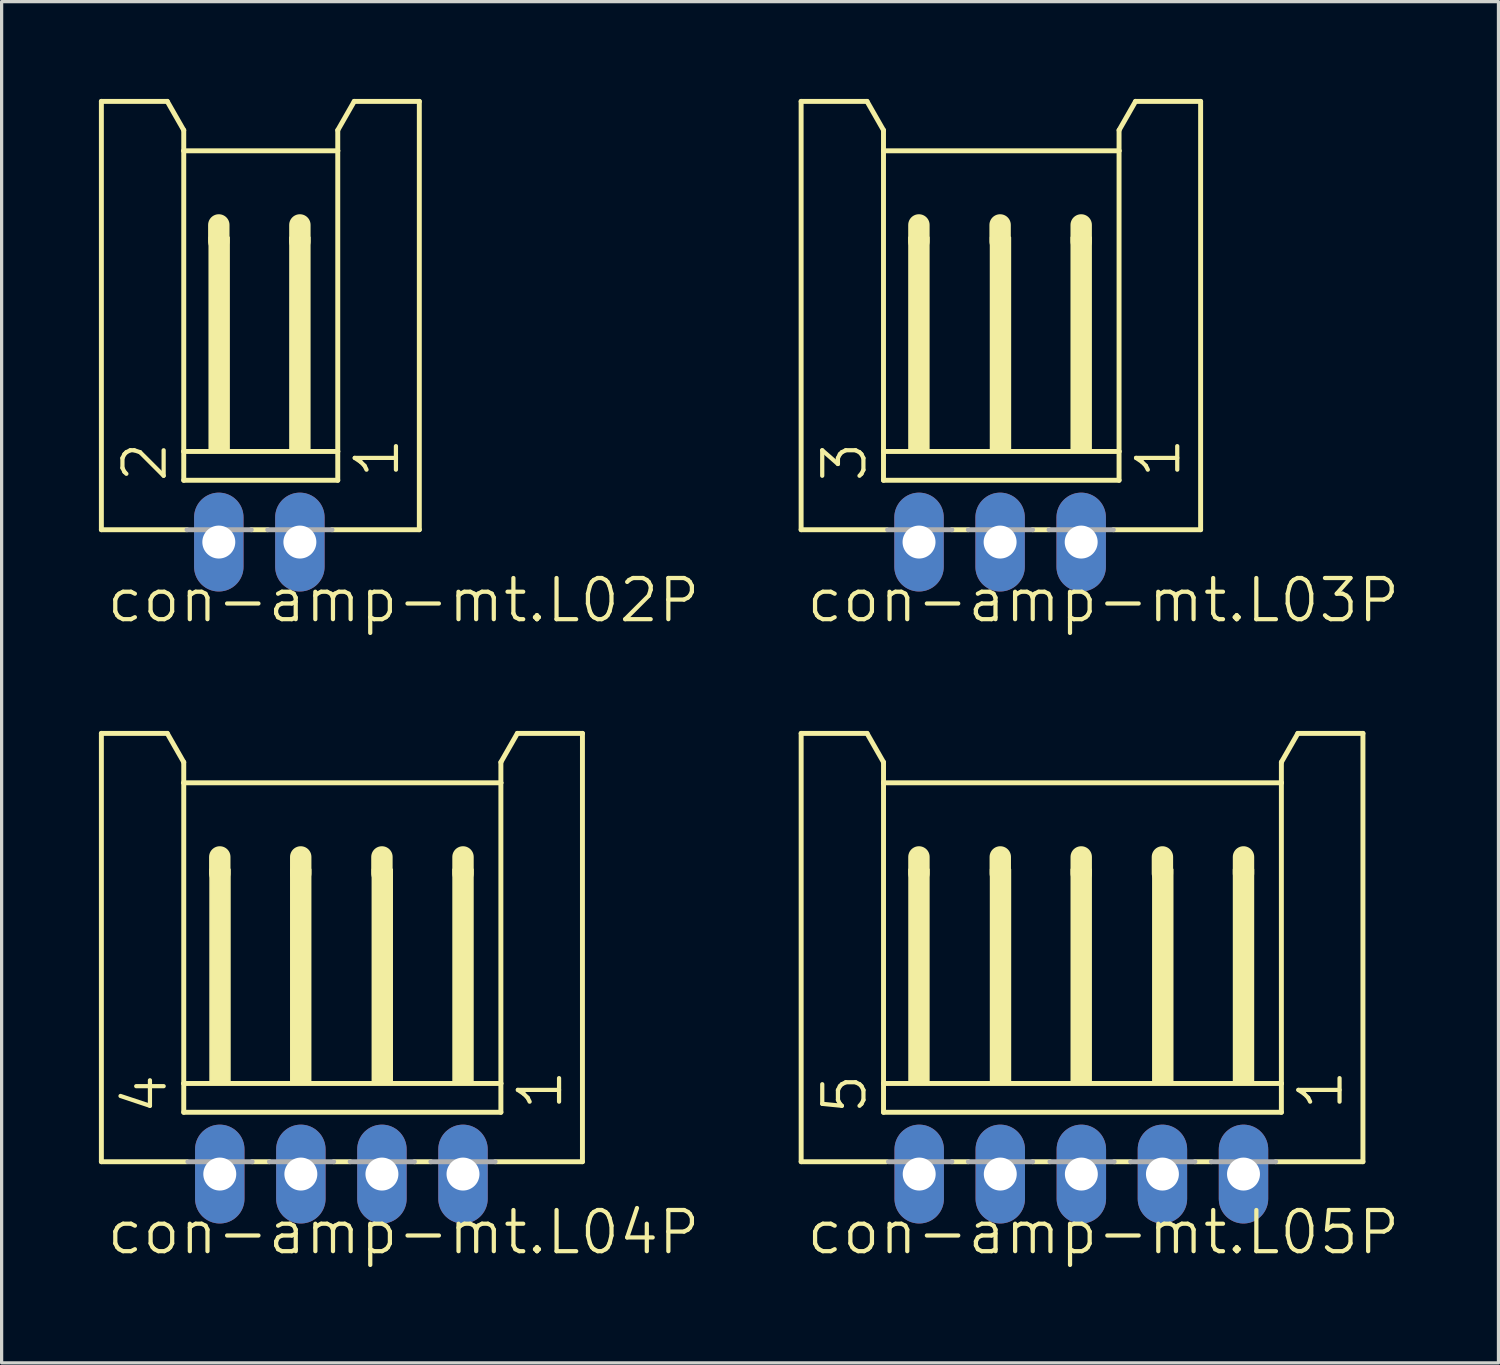
<source format=kicad_pcb>
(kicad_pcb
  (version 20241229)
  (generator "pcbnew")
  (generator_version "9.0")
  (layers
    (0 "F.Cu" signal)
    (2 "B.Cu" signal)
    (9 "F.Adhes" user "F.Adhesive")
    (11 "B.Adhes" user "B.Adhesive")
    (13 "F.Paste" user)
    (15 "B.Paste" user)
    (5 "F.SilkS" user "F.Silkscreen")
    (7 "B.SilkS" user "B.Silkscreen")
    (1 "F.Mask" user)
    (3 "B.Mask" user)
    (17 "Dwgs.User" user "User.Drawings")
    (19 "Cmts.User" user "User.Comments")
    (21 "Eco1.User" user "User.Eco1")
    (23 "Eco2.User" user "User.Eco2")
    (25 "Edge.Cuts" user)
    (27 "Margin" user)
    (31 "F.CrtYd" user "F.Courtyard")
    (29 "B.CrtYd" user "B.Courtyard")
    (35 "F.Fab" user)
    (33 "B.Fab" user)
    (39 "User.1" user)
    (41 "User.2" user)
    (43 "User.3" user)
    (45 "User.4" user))
  (footprint "con-amp-mt.L05P"
    (layer "F.Cu")
    (at 30.294 26.903)
    (property "Reference" "con-amp-mt.L05P" (at -8.538 8.79 0) (layer "F.SilkS") (effects (font (size 1.27 1.27) (thickness 0.13)) (justify left bottom)))
    (attr through_hole)
    (fp_line (start -8.64 -7.339) (end -6.608 -7.339) (stroke (width 0.152) (type default)) (layer "F.SilkS"))
    (fp_line (start -8.64 5.869) (end -8.64 -7.339) (stroke (width 0.152) (type default)) (layer "F.SilkS"))
    (fp_line (start -6.608 -7.339) (end -6.1 -6.45) (stroke (width 0.152) (type default)) (layer "F.SilkS"))
    (fp_line (start -6.1 -6.45) (end -6.1 -5.815) (stroke (width 0.152) (type default)) (layer "F.SilkS"))
    (fp_line (start -6.1 -5.815) (end -6.1 3.456) (stroke (width 0.152) (type default)) (layer "F.SilkS"))
    (fp_line (start -6.1 3.456) (end -6.1 4.345) (stroke (width 0.152) (type default)) (layer "F.SilkS"))
    (fp_line (start -5.998 5.869) (end -8.64 5.869) (stroke (width 0.152) (type default)) (layer "F.SilkS"))
    (fp_line (start -5.008 -3.529) (end -5.008 -3.021) (stroke (width 0.66) (type default)) (layer "F.SilkS"))
    (fp_line (start -3.484 5.869) (end -3.992 5.869) (stroke (width 0.152) (type default)) (layer "F.SilkS"))
    (fp_line (start -2.5 -3.529) (end -2.5 -3.021) (stroke (width 0.66) (type default)) (layer "F.SilkS"))
    (fp_line (start -0.969 5.869) (end -1.502 5.869) (stroke (width 0.152) (type default)) (layer "F.SilkS"))
    (fp_line (start -0.004 -3.529) (end -0.004 -3.021) (stroke (width 0.66) (type default)) (layer "F.SilkS"))
    (fp_line (start 1.52 5.869) (end 1.012 5.869) (stroke (width 0.152) (type default)) (layer "F.SilkS"))
    (fp_line (start 2.5 -3.529) (end 2.5 -3.021) (stroke (width 0.66) (type default)) (layer "F.SilkS"))
    (fp_line (start 4.009 5.869) (end 3.501 5.869) (stroke (width 0.152) (type default)) (layer "F.SilkS"))
    (fp_line (start 5 -3.529) (end 5 -3.021) (stroke (width 0.66) (type default)) (layer "F.SilkS"))
    (fp_line (start 6.168 -6.45) (end 6.168 -5.815) (stroke (width 0.152) (type default)) (layer "F.SilkS"))
    (fp_line (start 6.168 -6.45) (end 6.676 -7.339) (stroke (width 0.152) (type default)) (layer "F.SilkS"))
    (fp_line (start 6.168 -5.815) (end -6.1 -5.815) (stroke (width 0.152) (type default)) (layer "F.SilkS"))
    (fp_line (start 6.168 -5.815) (end 6.168 3.456) (stroke (width 0.152) (type default)) (layer "F.SilkS"))
    (fp_line (start 6.168 3.456) (end -6.1 3.456) (stroke (width 0.152) (type default)) (layer "F.SilkS"))
    (fp_line (start 6.168 3.456) (end 6.168 4.345) (stroke (width 0.152) (type default)) (layer "F.SilkS"))
    (fp_line (start 6.168 4.345) (end -6.1 4.345) (stroke (width 0.152) (type default)) (layer "F.SilkS"))
    (fp_line (start 8.683 -7.339) (end 6.676 -7.339) (stroke (width 0.152) (type default)) (layer "F.SilkS"))
    (fp_line (start 8.683 5.869) (end 5.991 5.869) (stroke (width 0.152) (type default)) (layer "F.SilkS"))
    (fp_line (start 8.683 5.869) (end 8.683 -7.339) (stroke (width 0.152) (type default)) (layer "F.SilkS"))
    (fp_rect (start -5.312 3.456) (end -4.703 -3.148) (stroke (width 0.05) (type default)) (fill yes) (layer "F.SilkS"))
    (fp_rect (start -2.798 3.456) (end -2.188 -3.148) (stroke (width 0.05) (type default)) (fill yes) (layer "F.SilkS"))
    (fp_rect (start -0.309 3.456) (end 0.301 -3.148) (stroke (width 0.05) (type default)) (fill yes) (layer "F.SilkS"))
    (fp_rect (start 2.206 3.456) (end 2.816 -3.148) (stroke (width 0.05) (type default)) (fill yes) (layer "F.SilkS"))
    (fp_rect (start 4.695 3.456) (end 5.305 -3.148) (stroke (width 0.05) (type default)) (fill yes) (layer "F.SilkS"))
    (fp_line (start -5.947 5.869) (end -3.992 5.869) (stroke (width 0.152) (type default)) (layer "F.Fab"))
    (fp_line (start -3.484 5.869) (end -1.502 5.869) (stroke (width 0.152) (type default)) (layer "F.Fab"))
    (fp_line (start -0.969 5.869) (end 1.012 5.869) (stroke (width 0.152) (type default)) (layer "F.Fab"))
    (fp_line (start 1.52 5.869) (end 3.501 5.869) (stroke (width 0.152) (type default)) (layer "F.Fab"))
    (fp_line (start 4.009 5.869) (end 5.991 5.869) (stroke (width 0.152) (type default)) (layer "F.Fab"))
    (fp_rect (start -5.312 6.504) (end -4.703 5.869) (stroke (width 0.05) (type default)) (fill no) (layer "F.Fab"))
    (fp_rect (start -2.798 6.504) (end -2.188 5.869) (stroke (width 0.05) (type default)) (fill no) (layer "F.Fab"))
    (fp_rect (start -0.309 6.504) (end 0.301 5.869) (stroke (width 0.05) (type default)) (fill no) (layer "F.Fab"))
    (fp_rect (start 2.206 6.504) (end 2.816 5.869) (stroke (width 0.05) (type default)) (fill no) (layer "F.Fab"))
    (fp_rect (start 4.695 6.504) (end 5.305 5.869) (stroke (width 0.05) (type default)) (fill no) (layer "F.Fab"))
    (fp_text user "5" (at -6.557 4.472 90) (layer "F.SilkS") (effects (font (size 1.27 1.27) (thickness 0.13)) (justify left bottom)))
    (fp_text user "1" (at 8.124 4.345 90) (layer "F.SilkS") (effects (font (size 1.27 1.27) (thickness 0.13)) (justify left bottom)))
    (pad "1" thru_hole oval (at 5 6.25 90) (size 3.048 1.524) (drill 1.016) (layers "*.Cu" "*.Mask"))
    (pad "2" thru_hole oval (at 2.5 6.25 90) (size 3.048 1.524) (drill 1.016) (layers "*.Cu" "*.Mask"))
    (pad "3" thru_hole oval (at 0 6.25 90) (size 3.048 1.524) (drill 1.016) (layers "*.Cu" "*.Mask"))
    (pad "4" thru_hole oval (at -2.5 6.25 90) (size 3.048 1.524) (drill 1.016) (layers "*.Cu" "*.Mask"))
    (pad "5" thru_hole oval (at -5 6.25 90) (size 3.048 1.524) (drill 1.016) (layers "*.Cu" "*.Mask")))
  (footprint "con-amp-mt.L03P"
    (layer "F.Cu")
    (at 27.789 7.415)
    (property "Reference" "con-amp-mt.L03P" (at -6.034 8.79 0) (layer "F.SilkS") (effects (font (size 1.27 1.27) (thickness 0.13)) (justify left bottom)))
    (attr through_hole)
    (fp_line (start -6.136 -7.339) (end -4.104 -7.339) (stroke (width 0.152) (type default)) (layer "F.SilkS"))
    (fp_line (start -6.136 5.869) (end -6.136 -7.339) (stroke (width 0.152) (type default)) (layer "F.SilkS"))
    (fp_line (start -4.104 -7.339) (end -3.596 -6.45) (stroke (width 0.152) (type default)) (layer "F.SilkS"))
    (fp_line (start -3.596 -6.45) (end -3.596 -5.815) (stroke (width 0.152) (type default)) (layer "F.SilkS"))
    (fp_line (start -3.596 -5.815) (end -3.596 3.456) (stroke (width 0.152) (type default)) (layer "F.SilkS"))
    (fp_line (start -3.596 3.456) (end -3.596 4.345) (stroke (width 0.152) (type default)) (layer "F.SilkS"))
    (fp_line (start -3.494 5.869) (end -6.136 5.869) (stroke (width 0.152) (type default)) (layer "F.SilkS"))
    (fp_line (start -2.504 -3.529) (end -2.504 -3.021) (stroke (width 0.66) (type default)) (layer "F.SilkS"))
    (fp_line (start -0.98 5.869) (end -1.488 5.869) (stroke (width 0.152) (type default)) (layer "F.SilkS"))
    (fp_line (start 0 -3.529) (end 0 -3.021) (stroke (width 0.66) (type default)) (layer "F.SilkS"))
    (fp_line (start 1.509 5.869) (end 1.001 5.869) (stroke (width 0.152) (type default)) (layer "F.SilkS"))
    (fp_line (start 2.5 -3.529) (end 2.5 -3.021) (stroke (width 0.66) (type default)) (layer "F.SilkS"))
    (fp_line (start 3.668 -6.45) (end 3.668 -5.815) (stroke (width 0.152) (type default)) (layer "F.SilkS"))
    (fp_line (start 3.668 -6.45) (end 4.176 -7.339) (stroke (width 0.152) (type default)) (layer "F.SilkS"))
    (fp_line (start 3.668 -5.815) (end -3.596 -5.815) (stroke (width 0.152) (type default)) (layer "F.SilkS"))
    (fp_line (start 3.668 -5.815) (end 3.668 3.456) (stroke (width 0.152) (type default)) (layer "F.SilkS"))
    (fp_line (start 3.668 3.456) (end -3.596 3.456) (stroke (width 0.152) (type default)) (layer "F.SilkS"))
    (fp_line (start 3.668 3.456) (end 3.668 4.345) (stroke (width 0.152) (type default)) (layer "F.SilkS"))
    (fp_line (start 3.668 4.345) (end -3.596 4.345) (stroke (width 0.152) (type default)) (layer "F.SilkS"))
    (fp_line (start 6.183 -7.339) (end 4.176 -7.339) (stroke (width 0.152) (type default)) (layer "F.SilkS"))
    (fp_line (start 6.183 5.869) (end 3.491 5.869) (stroke (width 0.152) (type default)) (layer "F.SilkS"))
    (fp_line (start 6.183 5.869) (end 6.183 -7.339) (stroke (width 0.152) (type default)) (layer "F.SilkS"))
    (fp_rect (start -2.809 3.456) (end -2.199 -3.148) (stroke (width 0.05) (type default)) (fill yes) (layer "F.SilkS"))
    (fp_rect (start -0.294 3.456) (end 0.316 -3.148) (stroke (width 0.05) (type default)) (fill yes) (layer "F.SilkS"))
    (fp_rect (start 2.195 3.456) (end 2.805 -3.148) (stroke (width 0.05) (type default)) (fill yes) (layer "F.SilkS"))
    (fp_line (start -3.469 5.869) (end -1.488 5.869) (stroke (width 0.152) (type default)) (layer "F.Fab"))
    (fp_line (start -0.98 5.869) (end 1.001 5.869) (stroke (width 0.152) (type default)) (layer "F.Fab"))
    (fp_line (start 1.509 5.869) (end 3.491 5.869) (stroke (width 0.152) (type default)) (layer "F.Fab"))
    (fp_rect (start -2.809 6.504) (end -2.199 5.869) (stroke (width 0.05) (type default)) (fill no) (layer "F.Fab"))
    (fp_rect (start -0.294 6.504) (end 0.316 5.869) (stroke (width 0.05) (type default)) (fill no) (layer "F.Fab"))
    (fp_rect (start 2.195 6.504) (end 2.805 5.869) (stroke (width 0.05) (type default)) (fill no) (layer "F.Fab"))
    (fp_text user "3" (at -4.053 4.472 90) (layer "F.SilkS") (effects (font (size 1.27 1.27) (thickness 0.13)) (justify left bottom)))
    (fp_text user "1" (at 5.624 4.345 90) (layer "F.SilkS") (effects (font (size 1.27 1.27) (thickness 0.13)) (justify left bottom)))
    (pad "1" thru_hole oval (at 2.5 6.25 90) (size 3.048 1.524) (drill 1.016) (layers "*.Cu" "*.Mask"))
    (pad "2" thru_hole oval (at 0 6.25 90) (size 3.048 1.524) (drill 1.016) (layers "*.Cu" "*.Mask"))
    (pad "3" thru_hole oval (at -2.5 6.25 90) (size 3.048 1.524) (drill 1.016) (layers "*.Cu" "*.Mask")))
  (footprint "con-amp-mt.L02P"
    (layer "F.Cu")
    (at 4.947 7.415)
    (property "Reference" "con-amp-mt.L02P" (at -4.77 8.79 0) (layer "F.SilkS") (effects (font (size 1.27 1.27) (thickness 0.13)) (justify left bottom)))
    (attr through_hole)
    (fp_line (start -4.871 -7.339) (end -2.839 -7.339) (stroke (width 0.152) (type default)) (layer "F.SilkS"))
    (fp_line (start -4.871 5.869) (end -4.871 -7.339) (stroke (width 0.152) (type default)) (layer "F.SilkS"))
    (fp_line (start -2.839 -7.339) (end -2.331 -6.45) (stroke (width 0.152) (type default)) (layer "F.SilkS"))
    (fp_line (start -2.331 -6.45) (end -2.331 -5.815) (stroke (width 0.152) (type default)) (layer "F.SilkS"))
    (fp_line (start -2.331 -5.815) (end -2.331 3.456) (stroke (width 0.152) (type default)) (layer "F.SilkS"))
    (fp_line (start -2.331 3.456) (end -2.331 4.345) (stroke (width 0.152) (type default)) (layer "F.SilkS"))
    (fp_line (start -2.23 5.869) (end -4.871 5.869) (stroke (width 0.152) (type default)) (layer "F.SilkS"))
    (fp_line (start -1.25 -3.529) (end -1.25 -3.021) (stroke (width 0.66) (type default)) (layer "F.SilkS"))
    (fp_line (start 0.259 5.869) (end -0.249 5.869) (stroke (width 0.152) (type default)) (layer "F.SilkS"))
    (fp_line (start 1.25 -3.529) (end 1.25 -3.021) (stroke (width 0.66) (type default)) (layer "F.SilkS"))
    (fp_line (start 2.418 -6.45) (end 2.418 -5.815) (stroke (width 0.152) (type default)) (layer "F.SilkS"))
    (fp_line (start 2.418 -6.45) (end 2.926 -7.339) (stroke (width 0.152) (type default)) (layer "F.SilkS"))
    (fp_line (start 2.418 -5.815) (end -2.331 -5.815) (stroke (width 0.152) (type default)) (layer "F.SilkS"))
    (fp_line (start 2.418 -5.815) (end 2.418 3.456) (stroke (width 0.152) (type default)) (layer "F.SilkS"))
    (fp_line (start 2.418 3.456) (end -2.331 3.456) (stroke (width 0.152) (type default)) (layer "F.SilkS"))
    (fp_line (start 2.418 3.456) (end 2.418 4.345) (stroke (width 0.152) (type default)) (layer "F.SilkS"))
    (fp_line (start 2.418 4.345) (end -2.331 4.345) (stroke (width 0.152) (type default)) (layer "F.SilkS"))
    (fp_line (start 4.933 -7.339) (end 2.926 -7.339) (stroke (width 0.152) (type default)) (layer "F.SilkS"))
    (fp_line (start 4.933 5.869) (end 2.241 5.869) (stroke (width 0.152) (type default)) (layer "F.SilkS"))
    (fp_line (start 4.933 5.869) (end 4.933 -7.339) (stroke (width 0.152) (type default)) (layer "F.SilkS"))
    (fp_rect (start -1.544 3.456) (end -0.934 -3.148) (stroke (width 0.05) (type default)) (fill yes) (layer "F.SilkS"))
    (fp_rect (start 0.945 3.456) (end 1.555 -3.148) (stroke (width 0.05) (type default)) (fill yes) (layer "F.SilkS"))
    (fp_line (start -2.23 5.869) (end -0.249 5.869) (stroke (width 0.152) (type default)) (layer "F.Fab"))
    (fp_line (start 0.259 5.869) (end 2.241 5.869) (stroke (width 0.152) (type default)) (layer "F.Fab"))
    (fp_rect (start -1.544 6.504) (end -0.934 5.869) (stroke (width 0.05) (type default)) (fill no) (layer "F.Fab"))
    (fp_rect (start 0.945 6.504) (end 1.555 5.869) (stroke (width 0.05) (type default)) (fill no) (layer "F.Fab"))
    (fp_text user "2" (at -2.789 4.472 90) (layer "F.SilkS") (effects (font (size 1.27 1.27) (thickness 0.13)) (justify left bottom)))
    (fp_text user "1" (at 4.374 4.345 90) (layer "F.SilkS") (effects (font (size 1.27 1.27) (thickness 0.13)) (justify left bottom)))
    (pad "1" thru_hole oval (at 1.25 6.25 90) (size 3.048 1.524) (drill 1.016) (layers "*.Cu" "*.Mask"))
    (pad "2" thru_hole oval (at -1.25 6.25 90) (size 3.048 1.524) (drill 1.016) (layers "*.Cu" "*.Mask")))
  (footprint "con-amp-mt.L04P"
    (layer "F.Cu")
    (at 7.477 26.903)
    (property "Reference" "con-amp-mt.L04P" (at -7.299 8.79 0) (layer "F.SilkS") (effects (font (size 1.27 1.27) (thickness 0.13)) (justify left bottom)))
    (attr through_hole)
    (fp_line (start -7.401 -7.339) (end -5.369 -7.339) (stroke (width 0.152) (type default)) (layer "F.SilkS"))
    (fp_line (start -7.401 5.869) (end -7.401 -7.339) (stroke (width 0.152) (type default)) (layer "F.SilkS"))
    (fp_line (start -5.369 -7.339) (end -4.861 -6.45) (stroke (width 0.152) (type default)) (layer "F.SilkS"))
    (fp_line (start -4.861 -6.45) (end -4.861 -5.815) (stroke (width 0.152) (type default)) (layer "F.SilkS"))
    (fp_line (start -4.861 -5.815) (end -4.861 3.456) (stroke (width 0.152) (type default)) (layer "F.SilkS"))
    (fp_line (start -4.861 3.456) (end -4.861 4.345) (stroke (width 0.152) (type default)) (layer "F.SilkS"))
    (fp_line (start -4.759 5.869) (end -7.401 5.869) (stroke (width 0.152) (type default)) (layer "F.SilkS"))
    (fp_line (start -3.75 -3.529) (end -3.75 -3.021) (stroke (width 0.66) (type default)) (layer "F.SilkS"))
    (fp_line (start -2.219 5.869) (end -2.752 5.869) (stroke (width 0.152) (type default)) (layer "F.SilkS"))
    (fp_line (start -1.254 -3.529) (end -1.254 -3.021) (stroke (width 0.66) (type default)) (layer "F.SilkS"))
    (fp_line (start 0.27 5.869) (end -0.238 5.869) (stroke (width 0.152) (type default)) (layer "F.SilkS"))
    (fp_line (start 1.25 -3.529) (end 1.25 -3.021) (stroke (width 0.66) (type default)) (layer "F.SilkS"))
    (fp_line (start 2.759 5.869) (end 2.251 5.869) (stroke (width 0.152) (type default)) (layer "F.SilkS"))
    (fp_line (start 3.75 -3.529) (end 3.75 -3.021) (stroke (width 0.66) (type default)) (layer "F.SilkS"))
    (fp_line (start 4.918 -6.45) (end 4.918 -5.815) (stroke (width 0.152) (type default)) (layer "F.SilkS"))
    (fp_line (start 4.918 -6.45) (end 5.426 -7.339) (stroke (width 0.152) (type default)) (layer "F.SilkS"))
    (fp_line (start 4.918 -5.815) (end -4.861 -5.815) (stroke (width 0.152) (type default)) (layer "F.SilkS"))
    (fp_line (start 4.918 -5.815) (end 4.918 3.456) (stroke (width 0.152) (type default)) (layer "F.SilkS"))
    (fp_line (start 4.918 3.456) (end -4.861 3.456) (stroke (width 0.152) (type default)) (layer "F.SilkS"))
    (fp_line (start 4.918 3.456) (end 4.918 4.345) (stroke (width 0.152) (type default)) (layer "F.SilkS"))
    (fp_line (start 4.918 4.345) (end -4.861 4.345) (stroke (width 0.152) (type default)) (layer "F.SilkS"))
    (fp_line (start 7.433 -7.339) (end 5.426 -7.339) (stroke (width 0.152) (type default)) (layer "F.SilkS"))
    (fp_line (start 7.433 5.869) (end 4.741 5.869) (stroke (width 0.152) (type default)) (layer "F.SilkS"))
    (fp_line (start 7.433 5.869) (end 7.433 -7.339) (stroke (width 0.152) (type default)) (layer "F.SilkS"))
    (fp_rect (start -4.048 3.456) (end -3.438 -3.148) (stroke (width 0.05) (type default)) (fill yes) (layer "F.SilkS"))
    (fp_rect (start -1.559 3.456) (end -0.949 -3.148) (stroke (width 0.05) (type default)) (fill yes) (layer "F.SilkS"))
    (fp_rect (start 0.956 3.456) (end 1.566 -3.148) (stroke (width 0.05) (type default)) (fill yes) (layer "F.SilkS"))
    (fp_rect (start 3.445 3.456) (end 4.055 -3.148) (stroke (width 0.05) (type default)) (fill yes) (layer "F.SilkS"))
    (fp_line (start -4.734 5.869) (end -2.752 5.869) (stroke (width 0.152) (type default)) (layer "F.Fab"))
    (fp_line (start -2.219 5.869) (end -0.238 5.869) (stroke (width 0.152) (type default)) (layer "F.Fab"))
    (fp_line (start 0.27 5.869) (end 2.251 5.869) (stroke (width 0.152) (type default)) (layer "F.Fab"))
    (fp_line (start 2.759 5.869) (end 4.741 5.869) (stroke (width 0.152) (type default)) (layer "F.Fab"))
    (fp_rect (start -4.048 6.504) (end -3.438 5.869) (stroke (width 0.05) (type default)) (fill no) (layer "F.Fab"))
    (fp_rect (start -1.559 6.504) (end -0.949 5.869) (stroke (width 0.05) (type default)) (fill no) (layer "F.Fab"))
    (fp_rect (start 0.956 6.504) (end 1.566 5.869) (stroke (width 0.05) (type default)) (fill no) (layer "F.Fab"))
    (fp_rect (start 3.445 6.504) (end 4.055 5.869) (stroke (width 0.05) (type default)) (fill no) (layer "F.Fab"))
    (fp_text user "1" (at 6.874 4.345 90) (layer "F.SilkS") (effects (font (size 1.27 1.27) (thickness 0.13)) (justify left bottom)))
    (fp_text user "4" (at -5.318 4.472 90) (layer "F.SilkS") (effects (font (size 1.27 1.27) (thickness 0.13)) (justify left bottom)))
    (pad "1" thru_hole oval (at 3.75 6.25 90) (size 3.048 1.524) (drill 1.016) (layers "*.Cu" "*.Mask"))
    (pad "2" thru_hole oval (at 1.25 6.25 90) (size 3.048 1.524) (drill 1.016) (layers "*.Cu" "*.Mask"))
    (pad "3" thru_hole oval (at -1.25 6.25 90) (size 3.048 1.524) (drill 1.016) (layers "*.Cu" "*.Mask"))
    (pad "4" thru_hole oval (at -3.75 6.25 90) (size 3.048 1.524) (drill 1.016) (layers "*.Cu" "*.Mask")))
  (gr_rect
    (start -3 -3)
    (end 43.156 38.975)
    (stroke (width 0.1) (type default))
    (fill no)
    (layer "Edge.Cuts")))
</source>
